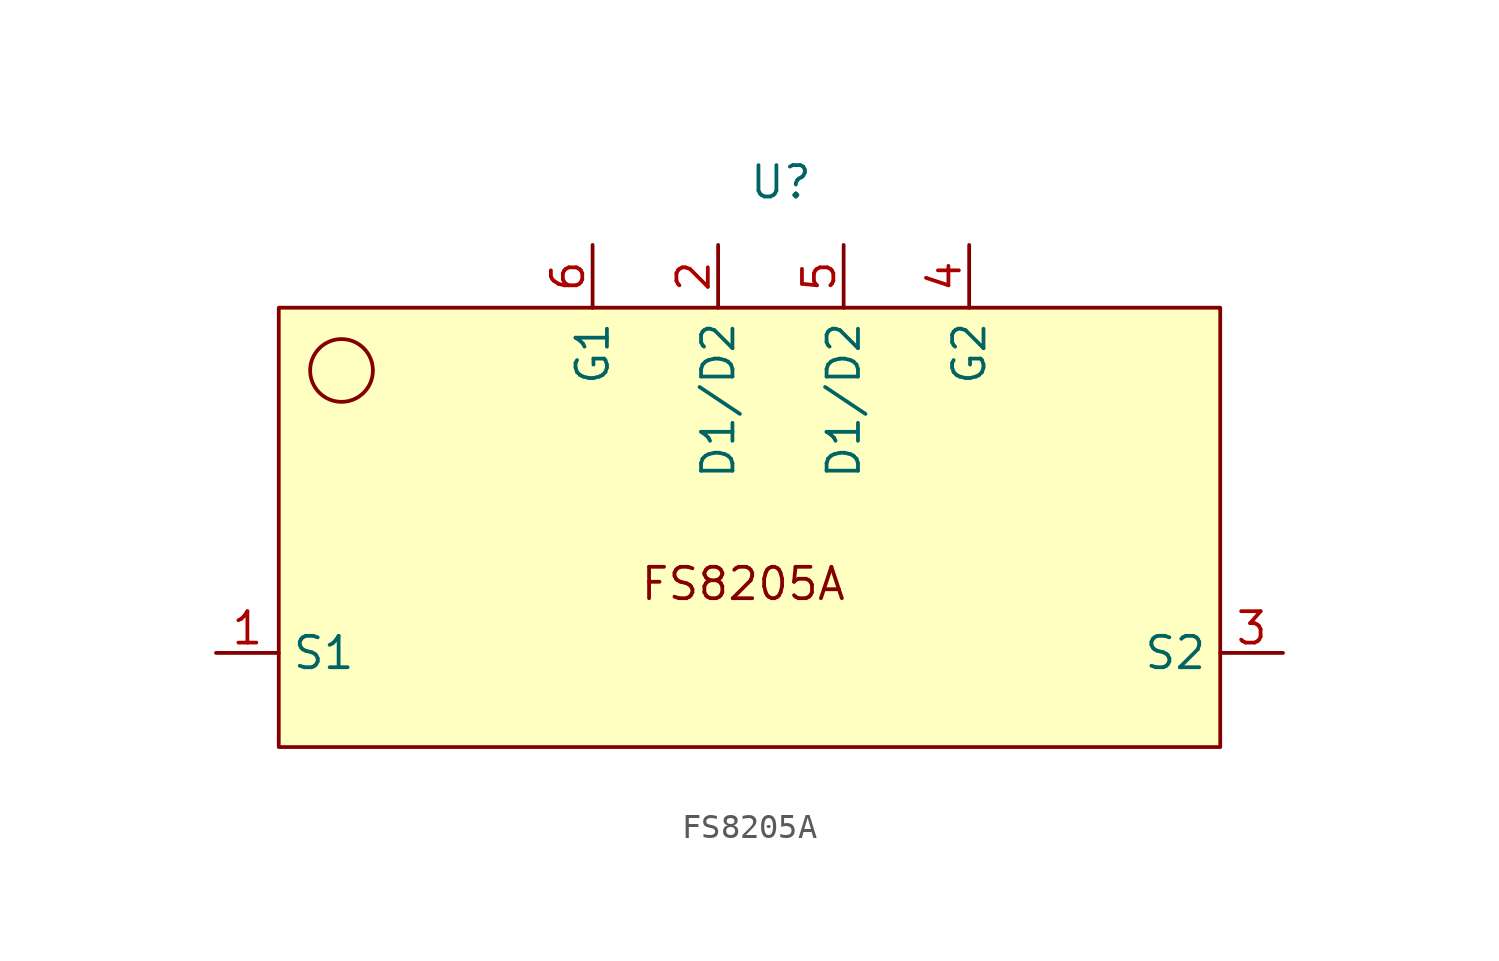
<source format=kicad_sym>
(kicad_symbol_lib
  (version 20231120)
  (generator "kicad_symbol_editor")
  (generator_version "8.0")
  (symbol "FS8205A"
    (property "Reference" "U"
      (at 0 0 0)
      (effects (font (size 1.27 1.27))))
    (property "Value" ""
      (at 0 0 0)
      (effects (font (size 1.27 1.27))))
    (symbol "FS8205A_0_1"
      (circle (center -17.78 -7.62) (radius 1.27) (stroke (width 0) (type default)) (fill (type none))))
    (symbol "FS8205A_1_1"
      (rectangle (start -20.32 -5.08) (end 17.78 -22.86) (stroke (width 0) (type default)) (fill (type background)))
      (text "FS8205A\n" (at -1.524 -16.256 0) (effects (font (size 1.27 1.27))))
      (pin power_in line (at -22.86 -19.05 0) (length 2.54) (name "S1" (effects (font (size 1.27 1.27)))) (number "1" (effects (font (size 1.27 1.27)))))
      (pin bidirectional line (at -2.54 -2.54 270) (length 2.54) (name "D1/D2" (effects (font (size 1.27 1.27)))) (number "2" (effects (font (size 1.27 1.27)))))
      (pin power_out line (at 20.32 -19.05 180) (length 2.54) (name "S2" (effects (font (size 1.27 1.27)))) (number "3" (effects (font (size 1.27 1.27)))))
      (pin input line (at 7.62 -2.54 270) (length 2.54) (name "G2" (effects (font (size 1.27 1.27)))) (number "4" (effects (font (size 1.27 1.27)))))
      (pin bidirectional line (at 2.54 -2.54 270) (length 2.54) (name "D1/D2" (effects (font (size 1.27 1.27)))) (number "5" (effects (font (size 1.27 1.27)))))
      (pin input line (at -7.62 -2.54 270) (length 2.54) (name "G1" (effects (font (size 1.27 1.27)))) (number "6" (effects (font (size 1.27 1.27))))))))
</source>
